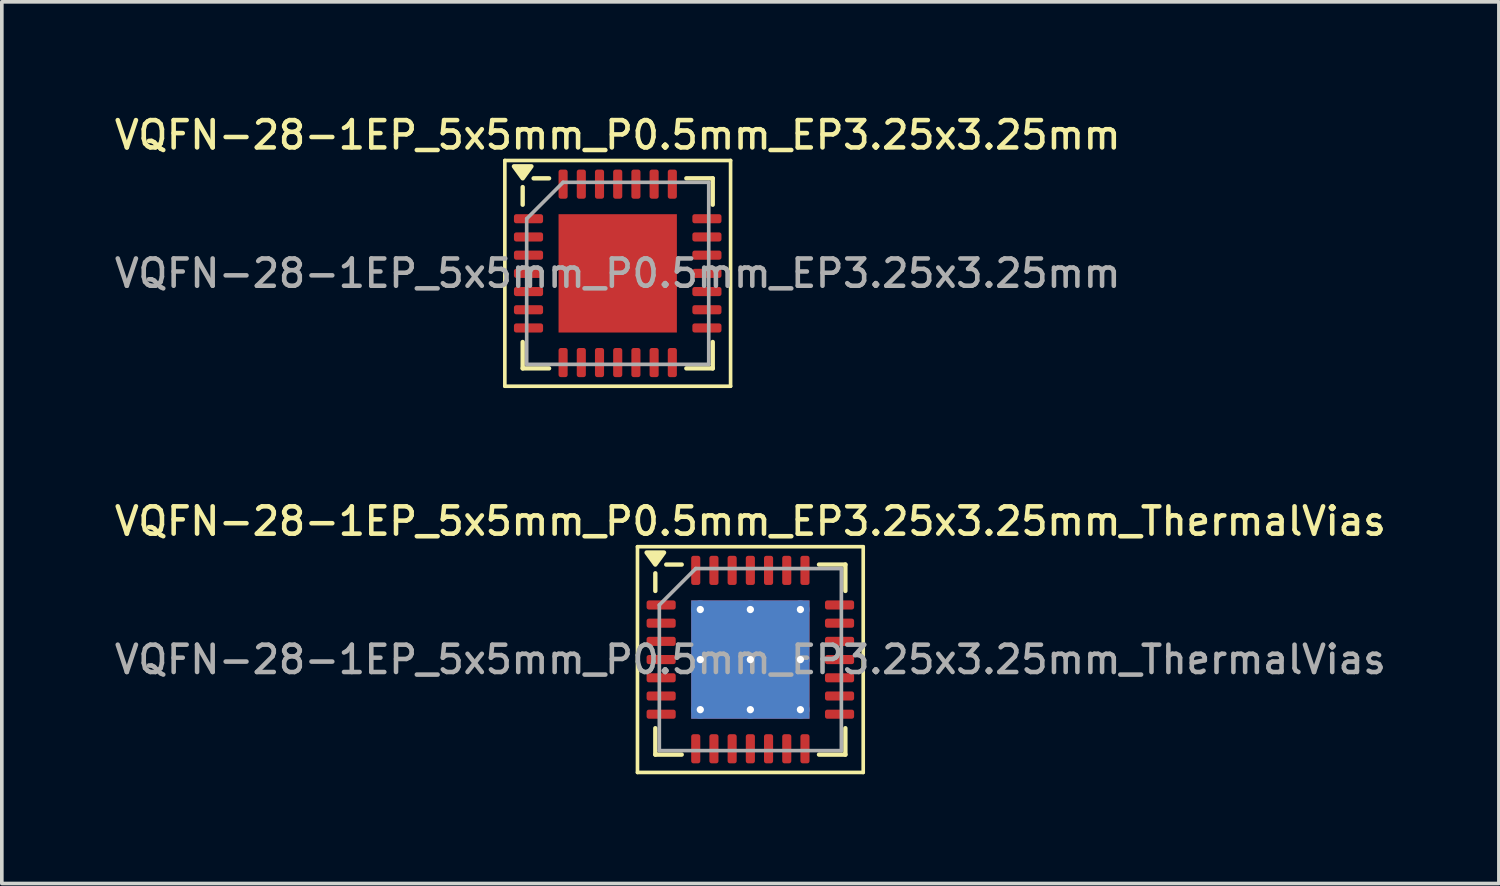
<source format=kicad_pcb>
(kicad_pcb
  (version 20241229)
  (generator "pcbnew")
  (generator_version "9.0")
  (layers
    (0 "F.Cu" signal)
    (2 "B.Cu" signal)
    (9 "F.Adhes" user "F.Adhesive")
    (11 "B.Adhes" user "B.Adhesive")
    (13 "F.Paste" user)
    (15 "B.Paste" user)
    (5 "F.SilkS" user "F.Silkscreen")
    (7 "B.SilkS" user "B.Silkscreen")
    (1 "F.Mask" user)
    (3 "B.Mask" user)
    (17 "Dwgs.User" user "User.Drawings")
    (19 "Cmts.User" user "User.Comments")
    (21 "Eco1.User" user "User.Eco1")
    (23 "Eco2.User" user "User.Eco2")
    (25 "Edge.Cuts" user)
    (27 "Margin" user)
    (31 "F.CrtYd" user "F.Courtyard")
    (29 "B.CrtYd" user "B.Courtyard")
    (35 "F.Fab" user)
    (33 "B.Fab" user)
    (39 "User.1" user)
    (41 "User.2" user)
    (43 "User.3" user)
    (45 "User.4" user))
  (footprint "VQFN-28-1EP_5x5mm_P0.5mm_EP3.25x3.25mm_ThermalVias"
    (layer "F.Cu")
    (at 17.559 15.066)
    (property "Reference" "VQFN-28-1EP_5x5mm_P0.5mm_EP3.25x3.25mm_ThermalVias" (at 0 -3.8 0) (layer "F.SilkS") (effects (font (size 0.75 0.75) (thickness 0.125))))
    (attr smd)
    (fp_line (start -3.1 -3.1) (end -3.1 3.1) (stroke (width 0.1) (type solid)) (layer "F.SilkS"))
    (fp_line (start -3.1 3.1) (end 3.1 3.1) (stroke (width 0.1) (type solid)) (layer "F.SilkS"))
    (fp_line (start -2.61 -1.885) (end -2.61 -2.37) (stroke (width 0.12) (type solid)) (layer "F.SilkS"))
    (fp_line (start -2.61 2.61) (end -2.61 1.885) (stroke (width 0.12) (type solid)) (layer "F.SilkS"))
    (fp_line (start -1.885 -2.61) (end -2.31 -2.61) (stroke (width 0.12) (type solid)) (layer "F.SilkS"))
    (fp_line (start -1.885 2.61) (end -2.61 2.61) (stroke (width 0.12) (type solid)) (layer "F.SilkS"))
    (fp_line (start 1.885 -2.61) (end 2.61 -2.61) (stroke (width 0.12) (type solid)) (layer "F.SilkS"))
    (fp_line (start 1.885 2.61) (end 2.61 2.61) (stroke (width 0.12) (type solid)) (layer "F.SilkS"))
    (fp_line (start 2.61 -2.61) (end 2.61 -1.885) (stroke (width 0.12) (type solid)) (layer "F.SilkS"))
    (fp_line (start 2.61 2.61) (end 2.61 1.885) (stroke (width 0.12) (type solid)) (layer "F.SilkS"))
    (fp_line (start 3.1 -3.1) (end -3.1 -3.1) (stroke (width 0.1) (type solid)) (layer "F.SilkS"))
    (fp_line (start 3.1 3.1) (end 3.1 -3.1) (stroke (width 0.1) (type solid)) (layer "F.SilkS"))
    (fp_poly (pts (xy -2.61 -2.61) (xy -2.85 -2.94) (xy -2.37 -2.94) (xy -2.61 -2.61)) (stroke (width 0.12) (type solid)) (fill yes) (layer "F.SilkS"))
    (fp_line (start -2.5 -1.5) (end -1.5 -2.5) (stroke (width 0.1) (type solid)) (layer "F.Fab"))
    (fp_line (start -2.5 2.5) (end -2.5 -1.5) (stroke (width 0.1) (type solid)) (layer "F.Fab"))
    (fp_line (start -1.5 -2.5) (end 2.5 -2.5) (stroke (width 0.1) (type solid)) (layer "F.Fab"))
    (fp_line (start 2.5 -2.5) (end 2.5 2.5) (stroke (width 0.1) (type solid)) (layer "F.Fab"))
    (fp_line (start 2.5 2.5) (end -2.5 2.5) (stroke (width 0.1) (type solid)) (layer "F.Fab"))
    (fp_text user "${REFERENCE}" (at 0 0 0) (layer "F.Fab") (effects (font (size 0.75 0.75) (thickness 0.125))))
    (pad "" smd roundrect (at -0.81 -0.81) (size 1.31 1.31) (layers "F.Paste") (roundrect_rratio 0.191))
    (pad "" smd roundrect (at -0.81 0.81) (size 1.31 1.31) (layers "F.Paste") (roundrect_rratio 0.191))
    (pad "" smd roundrect (at 0.81 -0.81) (size 1.31 1.31) (layers "F.Paste") (roundrect_rratio 0.191))
    (pad "" smd roundrect (at 0.81 0.81) (size 1.31 1.31) (layers "F.Paste") (roundrect_rratio 0.191))
    (pad "1" smd roundrect (at -2.45 -1.5) (size 0.8 0.25) (layers "F.Cu" "F.Mask" "F.Paste") (roundrect_rratio 0.25))
    (pad "2" smd roundrect (at -2.45 -1) (size 0.8 0.25) (layers "F.Cu" "F.Mask" "F.Paste") (roundrect_rratio 0.25))
    (pad "3" smd roundrect (at -2.45 -0.5) (size 0.8 0.25) (layers "F.Cu" "F.Mask" "F.Paste") (roundrect_rratio 0.25))
    (pad "4" smd roundrect (at -2.45 0) (size 0.8 0.25) (layers "F.Cu" "F.Mask" "F.Paste") (roundrect_rratio 0.25))
    (pad "5" smd roundrect (at -2.45 0.5) (size 0.8 0.25) (layers "F.Cu" "F.Mask" "F.Paste") (roundrect_rratio 0.25))
    (pad "6" smd roundrect (at -2.45 1) (size 0.8 0.25) (layers "F.Cu" "F.Mask" "F.Paste") (roundrect_rratio 0.25))
    (pad "7" smd roundrect (at -2.45 1.5) (size 0.8 0.25) (layers "F.Cu" "F.Mask" "F.Paste") (roundrect_rratio 0.25))
    (pad "8" smd roundrect (at -1.5 2.45) (size 0.25 0.8) (layers "F.Cu" "F.Mask" "F.Paste") (roundrect_rratio 0.25))
    (pad "9" smd roundrect (at -1 2.45) (size 0.25 0.8) (layers "F.Cu" "F.Mask" "F.Paste") (roundrect_rratio 0.25))
    (pad "10" smd roundrect (at -0.5 2.45) (size 0.25 0.8) (layers "F.Cu" "F.Mask" "F.Paste") (roundrect_rratio 0.25))
    (pad "11" smd roundrect (at 0 2.45) (size 0.25 0.8) (layers "F.Cu" "F.Mask" "F.Paste") (roundrect_rratio 0.25))
    (pad "12" smd roundrect (at 0.5 2.45) (size 0.25 0.8) (layers "F.Cu" "F.Mask" "F.Paste") (roundrect_rratio 0.25))
    (pad "13" smd roundrect (at 1 2.45) (size 0.25 0.8) (layers "F.Cu" "F.Mask" "F.Paste") (roundrect_rratio 0.25))
    (pad "14" smd roundrect (at 1.5 2.45) (size 0.25 0.8) (layers "F.Cu" "F.Mask" "F.Paste") (roundrect_rratio 0.25))
    (pad "15" smd roundrect (at 2.45 1.5) (size 0.8 0.25) (layers "F.Cu" "F.Mask" "F.Paste") (roundrect_rratio 0.25))
    (pad "16" smd roundrect (at 2.45 1) (size 0.8 0.25) (layers "F.Cu" "F.Mask" "F.Paste") (roundrect_rratio 0.25))
    (pad "17" smd roundrect (at 2.45 0.5) (size 0.8 0.25) (layers "F.Cu" "F.Mask" "F.Paste") (roundrect_rratio 0.25))
    (pad "18" smd roundrect (at 2.45 0) (size 0.8 0.25) (layers "F.Cu" "F.Mask" "F.Paste") (roundrect_rratio 0.25))
    (pad "19" smd roundrect (at 2.45 -0.5) (size 0.8 0.25) (layers "F.Cu" "F.Mask" "F.Paste") (roundrect_rratio 0.25))
    (pad "20" smd roundrect (at 2.45 -1) (size 0.8 0.25) (layers "F.Cu" "F.Mask" "F.Paste") (roundrect_rratio 0.25))
    (pad "21" smd roundrect (at 2.45 -1.5) (size 0.8 0.25) (layers "F.Cu" "F.Mask" "F.Paste") (roundrect_rratio 0.25))
    (pad "22" smd roundrect (at 1.5 -2.45) (size 0.25 0.8) (layers "F.Cu" "F.Mask" "F.Paste") (roundrect_rratio 0.25))
    (pad "23" smd roundrect (at 1 -2.45) (size 0.25 0.8) (layers "F.Cu" "F.Mask" "F.Paste") (roundrect_rratio 0.25))
    (pad "24" smd roundrect (at 0.5 -2.45) (size 0.25 0.8) (layers "F.Cu" "F.Mask" "F.Paste") (roundrect_rratio 0.25))
    (pad "25" smd roundrect (at 0 -2.45) (size 0.25 0.8) (layers "F.Cu" "F.Mask" "F.Paste") (roundrect_rratio 0.25))
    (pad "26" smd roundrect (at -0.5 -2.45) (size 0.25 0.8) (layers "F.Cu" "F.Mask" "F.Paste") (roundrect_rratio 0.25))
    (pad "27" smd roundrect (at -1 -2.45) (size 0.25 0.8) (layers "F.Cu" "F.Mask" "F.Paste") (roundrect_rratio 0.25))
    (pad "28" smd roundrect (at -1.5 -2.45) (size 0.25 0.8) (layers "F.Cu" "F.Mask" "F.Paste") (roundrect_rratio 0.25))
    (pad "29" thru_hole circle (at -1.375 -1.375) (size 0.5 0.5) (drill 0.2) (property pad_prop_heatsink) (layers "*.Cu"))
    (pad "29" thru_hole circle (at -1.375 0) (size 0.5 0.5) (drill 0.2) (property pad_prop_heatsink) (layers "*.Cu"))
    (pad "29" thru_hole circle (at -1.375 1.375) (size 0.5 0.5) (drill 0.2) (property pad_prop_heatsink) (layers "*.Cu"))
    (pad "29" thru_hole circle (at 0 -1.375) (size 0.5 0.5) (drill 0.2) (property pad_prop_heatsink) (layers "*.Cu"))
    (pad "29" thru_hole circle (at 0 0) (size 0.5 0.5) (drill 0.2) (property pad_prop_heatsink) (layers "*.Cu"))
    (pad "29" smd rect (at 0 0) (size 3.25 3.25) (property pad_prop_heatsink) (layers "F.Cu" "F.Mask"))
    (pad "29" smd rect (at 0 0) (size 3.25 3.25) (property pad_prop_heatsink) (layers "B.Cu"))
    (pad "29" thru_hole circle (at 0 1.375) (size 0.5 0.5) (drill 0.2) (property pad_prop_heatsink) (layers "*.Cu"))
    (pad "29" thru_hole circle (at 1.375 -1.375) (size 0.5 0.5) (drill 0.2) (property pad_prop_heatsink) (layers "*.Cu"))
    (pad "29" thru_hole circle (at 1.375 0) (size 0.5 0.5) (drill 0.2) (property pad_prop_heatsink) (layers "*.Cu"))
    (pad "29" thru_hole circle (at 1.375 1.375) (size 0.5 0.5) (drill 0.2) (property pad_prop_heatsink) (layers "*.Cu")))
  (footprint "VQFN-28-1EP_5x5mm_P0.5mm_EP3.25x3.25mm"
    (layer "F.Cu")
    (at 13.916 4.458)
    (property "Reference" "VQFN-28-1EP_5x5mm_P0.5mm_EP3.25x3.25mm" (at 0 -3.8 0) (layer "F.SilkS") (effects (font (size 0.75 0.75) (thickness 0.125))))
    (attr smd)
    (fp_line (start -3.1 -3.1) (end -3.1 3.1) (stroke (width 0.1) (type solid)) (layer "F.SilkS"))
    (fp_line (start -3.1 3.1) (end 3.1 3.1) (stroke (width 0.1) (type solid)) (layer "F.SilkS"))
    (fp_line (start -2.61 -1.885) (end -2.61 -2.37) (stroke (width 0.12) (type solid)) (layer "F.SilkS"))
    (fp_line (start -2.61 2.61) (end -2.61 1.885) (stroke (width 0.12) (type solid)) (layer "F.SilkS"))
    (fp_line (start -1.885 -2.61) (end -2.31 -2.61) (stroke (width 0.12) (type solid)) (layer "F.SilkS"))
    (fp_line (start -1.885 2.61) (end -2.61 2.61) (stroke (width 0.12) (type solid)) (layer "F.SilkS"))
    (fp_line (start 1.885 -2.61) (end 2.61 -2.61) (stroke (width 0.12) (type solid)) (layer "F.SilkS"))
    (fp_line (start 1.885 2.61) (end 2.61 2.61) (stroke (width 0.12) (type solid)) (layer "F.SilkS"))
    (fp_line (start 2.61 -2.61) (end 2.61 -1.885) (stroke (width 0.12) (type solid)) (layer "F.SilkS"))
    (fp_line (start 2.61 2.61) (end 2.61 1.885) (stroke (width 0.12) (type solid)) (layer "F.SilkS"))
    (fp_line (start 3.1 -3.1) (end -3.1 -3.1) (stroke (width 0.1) (type solid)) (layer "F.SilkS"))
    (fp_line (start 3.1 3.1) (end 3.1 -3.1) (stroke (width 0.1) (type solid)) (layer "F.SilkS"))
    (fp_poly (pts (xy -2.61 -2.61) (xy -2.85 -2.94) (xy -2.37 -2.94) (xy -2.61 -2.61)) (stroke (width 0.12) (type solid)) (fill yes) (layer "F.SilkS"))
    (fp_line (start -2.5 -1.5) (end -1.5 -2.5) (stroke (width 0.1) (type solid)) (layer "F.Fab"))
    (fp_line (start -2.5 2.5) (end -2.5 -1.5) (stroke (width 0.1) (type solid)) (layer "F.Fab"))
    (fp_line (start -1.5 -2.5) (end 2.5 -2.5) (stroke (width 0.1) (type solid)) (layer "F.Fab"))
    (fp_line (start 2.5 -2.5) (end 2.5 2.5) (stroke (width 0.1) (type solid)) (layer "F.Fab"))
    (fp_line (start 2.5 2.5) (end -2.5 2.5) (stroke (width 0.1) (type solid)) (layer "F.Fab"))
    (fp_text user "${REFERENCE}" (at 0 0 0) (layer "F.Fab") (effects (font (size 0.75 0.75) (thickness 0.125))))
    (pad "" smd roundrect (at -0.81 -0.81) (size 1.31 1.31) (layers "F.Paste") (roundrect_rratio 0.191))
    (pad "" smd roundrect (at -0.81 0.81) (size 1.31 1.31) (layers "F.Paste") (roundrect_rratio 0.191))
    (pad "" smd roundrect (at 0.81 -0.81) (size 1.31 1.31) (layers "F.Paste") (roundrect_rratio 0.191))
    (pad "" smd roundrect (at 0.81 0.81) (size 1.31 1.31) (layers "F.Paste") (roundrect_rratio 0.191))
    (pad "1" smd roundrect (at -2.45 -1.5) (size 0.8 0.25) (layers "F.Cu" "F.Mask" "F.Paste") (roundrect_rratio 0.25))
    (pad "2" smd roundrect (at -2.45 -1) (size 0.8 0.25) (layers "F.Cu" "F.Mask" "F.Paste") (roundrect_rratio 0.25))
    (pad "3" smd roundrect (at -2.45 -0.5) (size 0.8 0.25) (layers "F.Cu" "F.Mask" "F.Paste") (roundrect_rratio 0.25))
    (pad "4" smd roundrect (at -2.45 0) (size 0.8 0.25) (layers "F.Cu" "F.Mask" "F.Paste") (roundrect_rratio 0.25))
    (pad "5" smd roundrect (at -2.45 0.5) (size 0.8 0.25) (layers "F.Cu" "F.Mask" "F.Paste") (roundrect_rratio 0.25))
    (pad "6" smd roundrect (at -2.45 1) (size 0.8 0.25) (layers "F.Cu" "F.Mask" "F.Paste") (roundrect_rratio 0.25))
    (pad "7" smd roundrect (at -2.45 1.5) (size 0.8 0.25) (layers "F.Cu" "F.Mask" "F.Paste") (roundrect_rratio 0.25))
    (pad "8" smd roundrect (at -1.5 2.45) (size 0.25 0.8) (layers "F.Cu" "F.Mask" "F.Paste") (roundrect_rratio 0.25))
    (pad "9" smd roundrect (at -1 2.45) (size 0.25 0.8) (layers "F.Cu" "F.Mask" "F.Paste") (roundrect_rratio 0.25))
    (pad "10" smd roundrect (at -0.5 2.45) (size 0.25 0.8) (layers "F.Cu" "F.Mask" "F.Paste") (roundrect_rratio 0.25))
    (pad "11" smd roundrect (at 0 2.45) (size 0.25 0.8) (layers "F.Cu" "F.Mask" "F.Paste") (roundrect_rratio 0.25))
    (pad "12" smd roundrect (at 0.5 2.45) (size 0.25 0.8) (layers "F.Cu" "F.Mask" "F.Paste") (roundrect_rratio 0.25))
    (pad "13" smd roundrect (at 1 2.45) (size 0.25 0.8) (layers "F.Cu" "F.Mask" "F.Paste") (roundrect_rratio 0.25))
    (pad "14" smd roundrect (at 1.5 2.45) (size 0.25 0.8) (layers "F.Cu" "F.Mask" "F.Paste") (roundrect_rratio 0.25))
    (pad "15" smd roundrect (at 2.45 1.5) (size 0.8 0.25) (layers "F.Cu" "F.Mask" "F.Paste") (roundrect_rratio 0.25))
    (pad "16" smd roundrect (at 2.45 1) (size 0.8 0.25) (layers "F.Cu" "F.Mask" "F.Paste") (roundrect_rratio 0.25))
    (pad "17" smd roundrect (at 2.45 0.5) (size 0.8 0.25) (layers "F.Cu" "F.Mask" "F.Paste") (roundrect_rratio 0.25))
    (pad "18" smd roundrect (at 2.45 0) (size 0.8 0.25) (layers "F.Cu" "F.Mask" "F.Paste") (roundrect_rratio 0.25))
    (pad "19" smd roundrect (at 2.45 -0.5) (size 0.8 0.25) (layers "F.Cu" "F.Mask" "F.Paste") (roundrect_rratio 0.25))
    (pad "20" smd roundrect (at 2.45 -1) (size 0.8 0.25) (layers "F.Cu" "F.Mask" "F.Paste") (roundrect_rratio 0.25))
    (pad "21" smd roundrect (at 2.45 -1.5) (size 0.8 0.25) (layers "F.Cu" "F.Mask" "F.Paste") (roundrect_rratio 0.25))
    (pad "22" smd roundrect (at 1.5 -2.45) (size 0.25 0.8) (layers "F.Cu" "F.Mask" "F.Paste") (roundrect_rratio 0.25))
    (pad "23" smd roundrect (at 1 -2.45) (size 0.25 0.8) (layers "F.Cu" "F.Mask" "F.Paste") (roundrect_rratio 0.25))
    (pad "24" smd roundrect (at 0.5 -2.45) (size 0.25 0.8) (layers "F.Cu" "F.Mask" "F.Paste") (roundrect_rratio 0.25))
    (pad "25" smd roundrect (at 0 -2.45) (size 0.25 0.8) (layers "F.Cu" "F.Mask" "F.Paste") (roundrect_rratio 0.25))
    (pad "26" smd roundrect (at -0.5 -2.45) (size 0.25 0.8) (layers "F.Cu" "F.Mask" "F.Paste") (roundrect_rratio 0.25))
    (pad "27" smd roundrect (at -1 -2.45) (size 0.25 0.8) (layers "F.Cu" "F.Mask" "F.Paste") (roundrect_rratio 0.25))
    (pad "28" smd roundrect (at -1.5 -2.45) (size 0.25 0.8) (layers "F.Cu" "F.Mask" "F.Paste") (roundrect_rratio 0.25))
    (pad "29" smd rect (at 0 0) (size 3.25 3.25) (property pad_prop_heatsink) (layers "F.Cu" "F.Mask")))
  (gr_rect
    (start -3 -3)
    (end 38.118 21.216)
    (stroke (width 0.1) (type default))
    (fill no)
    (layer "Edge.Cuts")))
</source>
